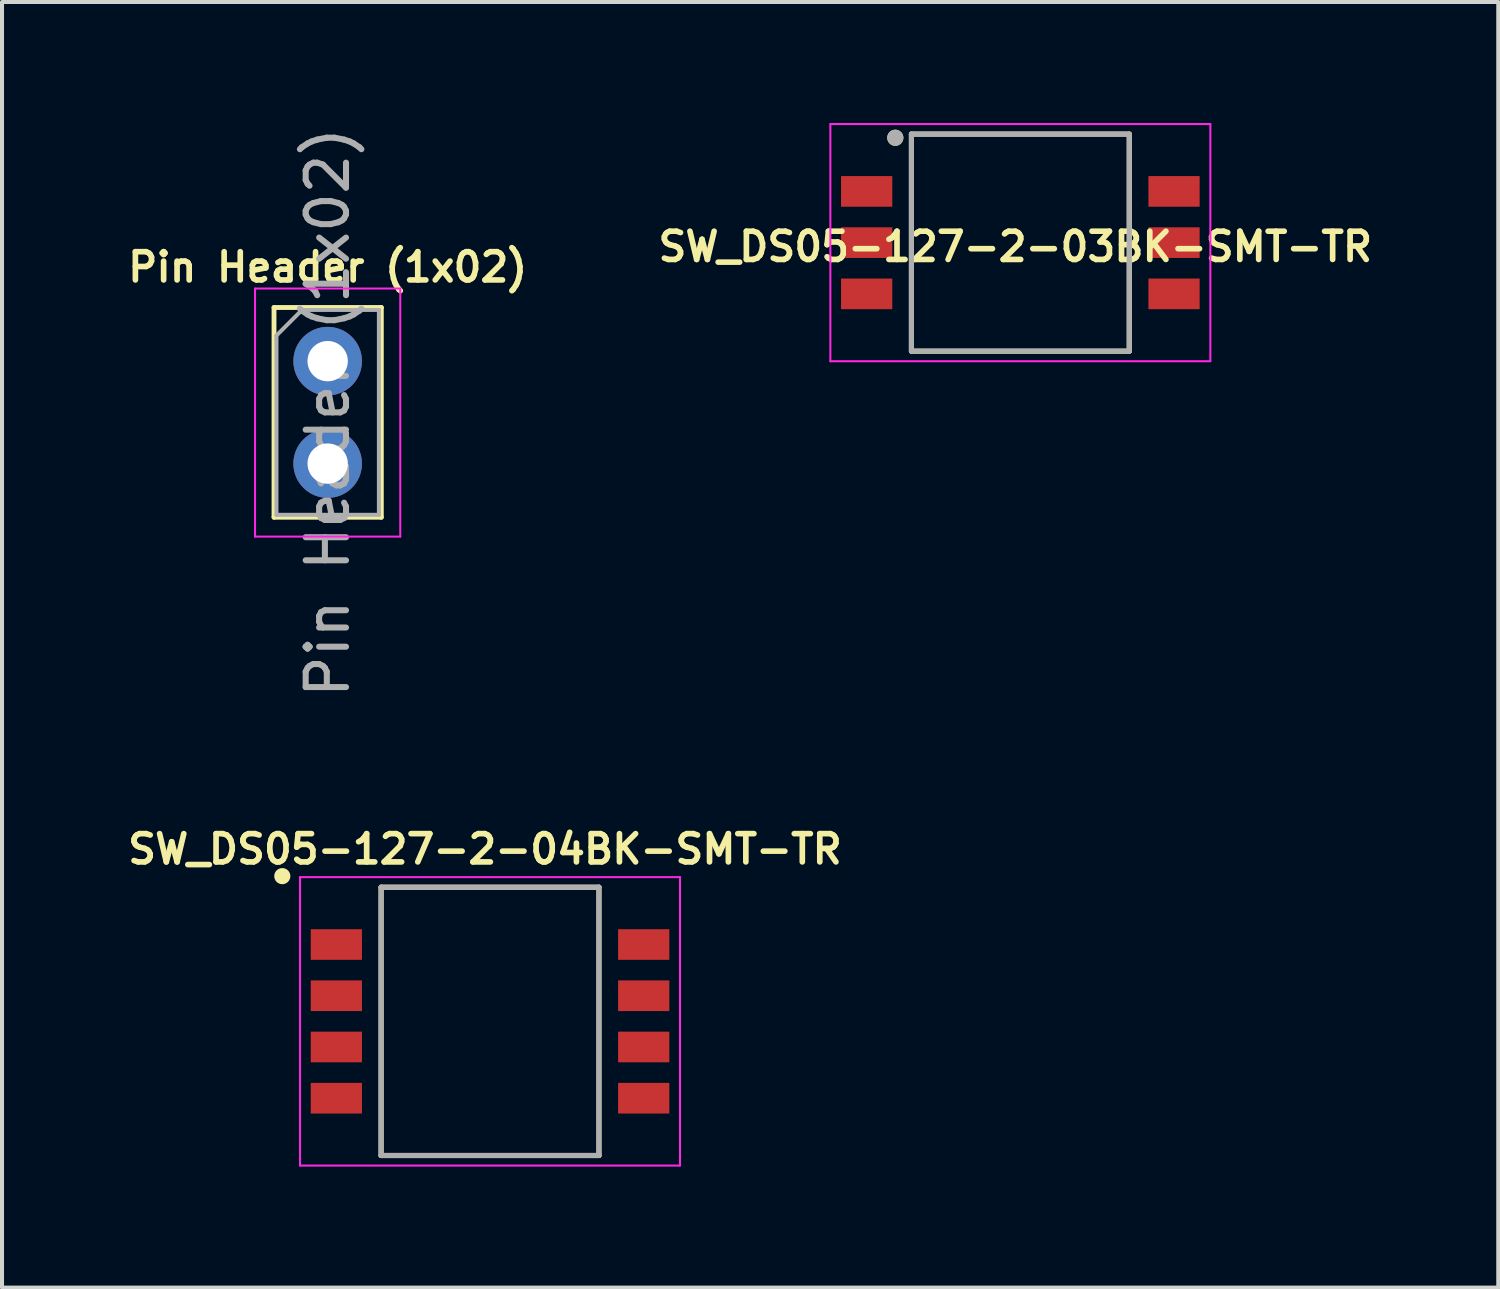
<source format=kicad_pcb>
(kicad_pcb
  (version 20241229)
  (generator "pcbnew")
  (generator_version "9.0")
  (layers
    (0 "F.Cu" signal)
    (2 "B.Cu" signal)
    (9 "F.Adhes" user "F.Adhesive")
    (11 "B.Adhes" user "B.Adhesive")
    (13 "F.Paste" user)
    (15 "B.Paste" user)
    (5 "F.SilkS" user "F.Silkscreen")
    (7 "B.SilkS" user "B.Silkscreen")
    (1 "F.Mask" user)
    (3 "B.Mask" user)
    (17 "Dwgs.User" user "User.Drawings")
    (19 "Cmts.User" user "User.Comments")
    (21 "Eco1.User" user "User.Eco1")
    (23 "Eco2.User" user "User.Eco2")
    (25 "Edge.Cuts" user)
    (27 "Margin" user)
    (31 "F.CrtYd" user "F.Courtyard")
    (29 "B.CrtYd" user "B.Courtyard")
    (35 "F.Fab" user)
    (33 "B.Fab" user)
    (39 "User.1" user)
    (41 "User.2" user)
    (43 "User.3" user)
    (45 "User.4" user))
  (footprint "SW_DS05-127-2-04BK-SMT-TR"
    (layer "F.Cu")
    (at 9.098 22.27)
    (property "Reference" "SW_DS05-127-2-04BK-SMT-TR" (at -0.125 -4.27 0) (layer "F.SilkS") (effects (font (size 0.7 0.7) (thickness 0.14) (bold yes))))
    (attr smd)
    (fp_line (start -2.7 -3.325) (end -2.7 3.325) (stroke (width 0.127) (type solid)) (layer "F.SilkS"))
    (fp_line (start -2.7 3.325) (end 2.7 3.325) (stroke (width 0.127) (type solid)) (layer "F.SilkS"))
    (fp_line (start 2.7 -3.325) (end -2.7 -3.325) (stroke (width 0.127) (type solid)) (layer "F.SilkS"))
    (fp_line (start 2.7 -3.325) (end 2.7 3.325) (stroke (width 0.127) (type solid)) (layer "F.SilkS"))
    (fp_circle (center -5.15 -3.6) (end -5.05 -3.6) (stroke (width 0.2) (type solid)) (fill no) (layer "F.SilkS"))
    (fp_line (start -4.71 -3.575) (end 4.71 -3.575) (stroke (width 0.05) (type solid)) (layer "F.CrtYd"))
    (fp_line (start -4.71 3.575) (end -4.71 -3.575) (stroke (width 0.05) (type solid)) (layer "F.CrtYd"))
    (fp_line (start 4.71 -3.575) (end 4.71 3.575) (stroke (width 0.05) (type solid)) (layer "F.CrtYd"))
    (fp_line (start 4.71 3.575) (end -4.71 3.575) (stroke (width 0.05) (type solid)) (layer "F.CrtYd"))
    (fp_line (start -2.7 -3.325) (end -2.7 3.325) (stroke (width 0.127) (type solid)) (layer "F.Fab"))
    (fp_line (start -2.7 3.325) (end 2.7 3.325) (stroke (width 0.127) (type solid)) (layer "F.Fab"))
    (fp_line (start 2.7 -3.325) (end -2.7 -3.325) (stroke (width 0.127) (type solid)) (layer "F.Fab"))
    (fp_line (start 2.7 3.325) (end 2.7 -3.325) (stroke (width 0.127) (type solid)) (layer "F.Fab"))
    (pad "1" smd rect (at -3.81 -1.905) (size 1.27 0.76) (layers "F.Cu" "F.Mask" "F.Paste"))
    (pad "2" smd rect (at -3.81 -0.635) (size 1.27 0.76) (layers "F.Cu" "F.Mask" "F.Paste"))
    (pad "3" smd rect (at -3.81 0.635) (size 1.27 0.76) (layers "F.Cu" "F.Mask" "F.Paste"))
    (pad "4" smd rect (at -3.81 1.905) (size 1.27 0.76) (layers "F.Cu" "F.Mask" "F.Paste"))
    (pad "5" smd rect (at 3.81 1.905) (size 1.27 0.76) (layers "F.Cu" "F.Mask" "F.Paste"))
    (pad "6" smd rect (at 3.81 0.635) (size 1.27 0.76) (layers "F.Cu" "F.Mask" "F.Paste"))
    (pad "7" smd rect (at 3.81 -0.635) (size 1.27 0.76) (layers "F.Cu" "F.Mask" "F.Paste"))
    (pad "8" smd rect (at 3.81 -1.905) (size 1.27 0.76) (layers "F.Cu" "F.Mask" "F.Paste")))
  (footprint "Pin Header (1x02)"
    (layer "F.Cu")
    (at 5.073 5.903)
    (property "Reference" "Pin Header (1x02)" (at 0 -2.33 0) (layer "F.SilkS") (effects (font (size 0.7 0.7) (thickness 0.14) (bold yes))))
    (attr through_hole)
    (fp_line (start -1.33 -1.33) (end -1.33 3.87) (stroke (width 0.12) (type solid)) (layer "F.SilkS"))
    (fp_line (start -1.33 -1.33) (end 1.33 -1.33) (stroke (width 0.12) (type solid)) (layer "F.SilkS"))
    (fp_line (start -1.33 3.87) (end 1.33 3.87) (stroke (width 0.12) (type solid)) (layer "F.SilkS"))
    (fp_line (start 1.33 -1.33) (end 1.33 3.87) (stroke (width 0.12) (type solid)) (layer "F.SilkS"))
    (fp_line (start -1.8 -1.8) (end -1.8 4.35) (stroke (width 0.05) (type solid)) (layer "F.CrtYd"))
    (fp_line (start -1.8 4.35) (end 1.8 4.35) (stroke (width 0.05) (type solid)) (layer "F.CrtYd"))
    (fp_line (start 1.8 -1.8) (end -1.8 -1.8) (stroke (width 0.05) (type solid)) (layer "F.CrtYd"))
    (fp_line (start 1.8 4.35) (end 1.8 -1.8) (stroke (width 0.05) (type solid)) (layer "F.CrtYd"))
    (fp_line (start -1.27 -0.635) (end -0.635 -1.27) (stroke (width 0.1) (type solid)) (layer "F.Fab"))
    (fp_line (start -1.27 3.81) (end -1.27 -0.635) (stroke (width 0.1) (type solid)) (layer "F.Fab"))
    (fp_line (start -0.635 -1.27) (end 1.27 -1.27) (stroke (width 0.1) (type solid)) (layer "F.Fab"))
    (fp_line (start 1.27 -1.27) (end 1.27 3.81) (stroke (width 0.1) (type solid)) (layer "F.Fab"))
    (fp_line (start 1.27 3.81) (end -1.27 3.81) (stroke (width 0.1) (type solid)) (layer "F.Fab"))
    (fp_text user "${REFERENCE}" (at 0 1.27 90) (layer "F.Fab") (effects (font (size 1 1) (thickness 0.15))))
    (pad "1" thru_hole circle (at 0 0) (size 1.7 1.7) (drill 1) (layers "*.Cu" "*.Mask"))
    (pad "2" thru_hole oval (at 0 2.54) (size 1.7 1.7) (drill 1) (layers "*.Cu" "*.Mask")))
  (footprint "SW_DS05-127-2-03BK-SMT-TR"
    (layer "F.Cu")
    (at 22.245 2.965)
    (property "Reference" "SW_DS05-127-2-03BK-SMT-TR" (at -0.125 0.1 0) (layer "F.SilkS") (effects (font (size 0.7 0.7) (thickness 0.14) (bold yes))))
    (attr smd)
    (fp_line (start -2.7 -2.69) (end -2.7 2.69) (stroke (width 0.127) (type solid)) (layer "F.SilkS"))
    (fp_line (start -2.7 2.69) (end 2.7 2.69) (stroke (width 0.127) (type solid)) (layer "F.SilkS"))
    (fp_line (start 2.7 -2.69) (end -2.7 -2.69) (stroke (width 0.127) (type solid)) (layer "F.SilkS"))
    (fp_line (start 2.7 -2.69) (end 2.7 2.69) (stroke (width 0.127) (type solid)) (layer "F.SilkS"))
    (fp_circle (center -3.1 -2.6) (end -3 -2.6) (stroke (width 0.2) (type solid)) (fill no) (layer "F.SilkS"))
    (fp_line (start -4.71 -2.94) (end 4.71 -2.94) (stroke (width 0.05) (type solid)) (layer "F.CrtYd"))
    (fp_line (start -4.71 2.94) (end -4.71 -2.94) (stroke (width 0.05) (type solid)) (layer "F.CrtYd"))
    (fp_line (start 4.71 -2.94) (end 4.71 2.94) (stroke (width 0.05) (type solid)) (layer "F.CrtYd"))
    (fp_line (start 4.71 2.94) (end -4.71 2.94) (stroke (width 0.05) (type solid)) (layer "F.CrtYd"))
    (fp_line (start -2.7 -2.69) (end -2.7 2.69) (stroke (width 0.127) (type solid)) (layer "F.Fab"))
    (fp_line (start -2.7 2.69) (end 2.7 2.69) (stroke (width 0.127) (type solid)) (layer "F.Fab"))
    (fp_line (start 2.7 -2.69) (end -2.7 -2.69) (stroke (width 0.127) (type solid)) (layer "F.Fab"))
    (fp_line (start 2.7 2.69) (end 2.7 -2.69) (stroke (width 0.127) (type solid)) (layer "F.Fab"))
    (fp_circle (center -3.1 -2.6) (end -3 -2.6) (stroke (width 0.2) (type solid)) (fill no) (layer "F.Fab"))
    (pad "1" smd rect (at -3.81 -1.27) (size 1.27 0.76) (layers "F.Cu" "F.Mask" "F.Paste"))
    (pad "2" smd rect (at -3.81 0) (size 1.27 0.76) (layers "F.Cu" "F.Mask" "F.Paste"))
    (pad "3" smd rect (at -3.81 1.27) (size 1.27 0.76) (layers "F.Cu" "F.Mask" "F.Paste"))
    (pad "4" smd rect (at 3.81 1.27) (size 1.27 0.76) (layers "F.Cu" "F.Mask" "F.Paste"))
    (pad "5" smd rect (at 3.81 0) (size 1.27 0.76) (layers "F.Cu" "F.Mask" "F.Paste"))
    (pad "6" smd rect (at 3.81 -1.27) (size 1.27 0.76) (layers "F.Cu" "F.Mask" "F.Paste")))
  (gr_rect
    (start -3 -3)
    (end 34.093 28.87)
    (stroke (width 0.1) (type default))
    (fill no)
    (layer "Edge.Cuts")))
</source>
